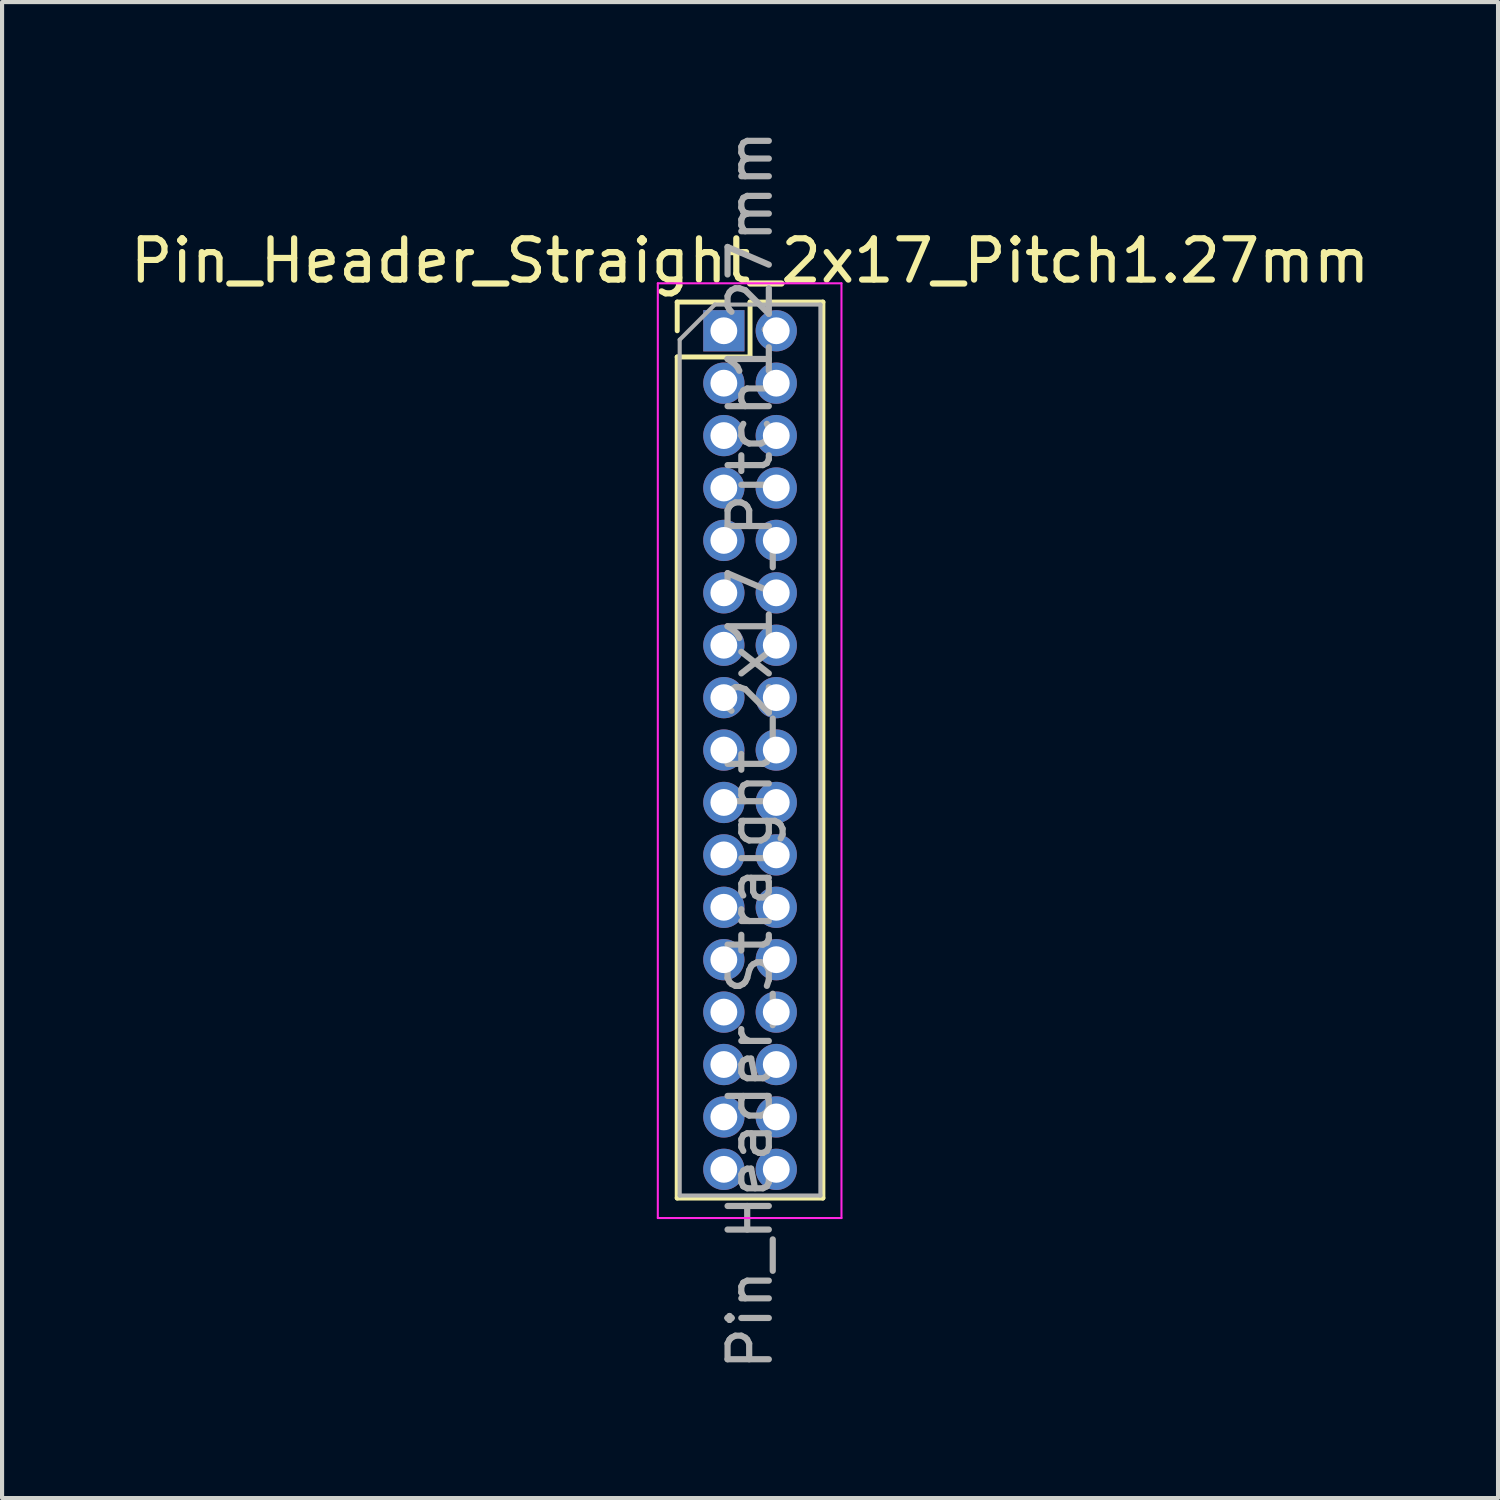
<source format=kicad_pcb>
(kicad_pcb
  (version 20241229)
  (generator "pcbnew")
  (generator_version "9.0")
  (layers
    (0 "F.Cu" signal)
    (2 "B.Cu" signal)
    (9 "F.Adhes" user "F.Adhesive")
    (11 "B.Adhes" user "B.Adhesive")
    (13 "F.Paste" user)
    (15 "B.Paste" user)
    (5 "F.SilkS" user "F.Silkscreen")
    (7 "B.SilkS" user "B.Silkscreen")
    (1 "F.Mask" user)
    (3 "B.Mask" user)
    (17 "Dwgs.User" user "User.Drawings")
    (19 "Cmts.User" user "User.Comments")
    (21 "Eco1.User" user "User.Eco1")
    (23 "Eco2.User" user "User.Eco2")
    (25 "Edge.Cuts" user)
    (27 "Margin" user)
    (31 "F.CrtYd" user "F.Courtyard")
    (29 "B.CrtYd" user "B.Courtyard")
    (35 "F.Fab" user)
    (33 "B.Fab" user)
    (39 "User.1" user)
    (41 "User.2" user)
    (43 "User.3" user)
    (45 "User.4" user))
  (footprint "Pin_Header_Straight_2x17_Pitch1.27mm"
    (layer "F.Cu")
    (at 14.49 4.965)
    (property "Reference" "Pin_Header_Straight_2x17_Pitch1.27mm" (at 0.635 -1.695 0) (layer "F.SilkS") (effects (font (size 1 1) (thickness 0.15))))
    (attr through_hole)
    (fp_line (start -1.13 -0.695) (end 0 -0.695) (stroke (width 0.12) (type solid)) (layer "F.SilkS"))
    (fp_line (start -1.13 0) (end -1.13 -0.695) (stroke (width 0.12) (type solid)) (layer "F.SilkS"))
    (fp_line (start -1.13 0.635) (end -1.13 21.015) (stroke (width 0.12) (type solid)) (layer "F.SilkS"))
    (fp_line (start -1.13 21.015) (end 2.4 21.015) (stroke (width 0.12) (type solid)) (layer "F.SilkS"))
    (fp_line (start 0.635 -0.695) (end 0.635 0.635) (stroke (width 0.12) (type solid)) (layer "F.SilkS"))
    (fp_line (start 0.635 0.635) (end -1.13 0.635) (stroke (width 0.12) (type solid)) (layer "F.SilkS"))
    (fp_line (start 2.4 -0.695) (end 0.635 -0.695) (stroke (width 0.12) (type solid)) (layer "F.SilkS"))
    (fp_line (start 2.4 21.015) (end 2.4 -0.695) (stroke (width 0.12) (type solid)) (layer "F.SilkS"))
    (fp_line (start -1.6 -1.15) (end -1.6 21.5) (stroke (width 0.05) (type solid)) (layer "F.CrtYd"))
    (fp_line (start -1.6 21.5) (end 2.85 21.5) (stroke (width 0.05) (type solid)) (layer "F.CrtYd"))
    (fp_line (start 2.85 -1.15) (end -1.6 -1.15) (stroke (width 0.05) (type solid)) (layer "F.CrtYd"))
    (fp_line (start 2.85 21.5) (end 2.85 -1.15) (stroke (width 0.05) (type solid)) (layer "F.CrtYd"))
    (fp_line (start -1.07 0.217) (end -0.217 -0.635) (stroke (width 0.1) (type solid)) (layer "F.Fab"))
    (fp_line (start -1.07 20.955) (end -1.07 0.217) (stroke (width 0.1) (type solid)) (layer "F.Fab"))
    (fp_line (start -0.217 -0.635) (end 2.34 -0.635) (stroke (width 0.1) (type solid)) (layer "F.Fab"))
    (fp_line (start 2.34 -0.635) (end 2.34 20.955) (stroke (width 0.1) (type solid)) (layer "F.Fab"))
    (fp_line (start 2.34 20.955) (end -1.07 20.955) (stroke (width 0.1) (type solid)) (layer "F.Fab"))
    (fp_text user "${REFERENCE}" (at 0.635 10.16 90) (layer "F.Fab") (effects (font (size 1 1) (thickness 0.15))))
    (pad "1" thru_hole rect (at 0 0) (size 1 1) (drill 0.65) (layers "*.Cu" "*.Mask"))
    (pad "2" thru_hole oval (at 1.27 0) (size 1 1) (drill 0.65) (layers "*.Cu" "*.Mask"))
    (pad "3" thru_hole oval (at 0 1.27) (size 1 1) (drill 0.65) (layers "*.Cu" "*.Mask"))
    (pad "4" thru_hole oval (at 1.27 1.27) (size 1 1) (drill 0.65) (layers "*.Cu" "*.Mask"))
    (pad "5" thru_hole oval (at 0 2.54) (size 1 1) (drill 0.65) (layers "*.Cu" "*.Mask"))
    (pad "6" thru_hole oval (at 1.27 2.54) (size 1 1) (drill 0.65) (layers "*.Cu" "*.Mask"))
    (pad "7" thru_hole oval (at 0 3.81) (size 1 1) (drill 0.65) (layers "*.Cu" "*.Mask"))
    (pad "8" thru_hole oval (at 1.27 3.81) (size 1 1) (drill 0.65) (layers "*.Cu" "*.Mask"))
    (pad "9" thru_hole oval (at 0 5.08) (size 1 1) (drill 0.65) (layers "*.Cu" "*.Mask"))
    (pad "10" thru_hole oval (at 1.27 5.08) (size 1 1) (drill 0.65) (layers "*.Cu" "*.Mask"))
    (pad "11" thru_hole oval (at 0 6.35) (size 1 1) (drill 0.65) (layers "*.Cu" "*.Mask"))
    (pad "12" thru_hole oval (at 1.27 6.35) (size 1 1) (drill 0.65) (layers "*.Cu" "*.Mask"))
    (pad "13" thru_hole oval (at 0 7.62) (size 1 1) (drill 0.65) (layers "*.Cu" "*.Mask"))
    (pad "14" thru_hole oval (at 1.27 7.62) (size 1 1) (drill 0.65) (layers "*.Cu" "*.Mask"))
    (pad "15" thru_hole oval (at 0 8.89) (size 1 1) (drill 0.65) (layers "*.Cu" "*.Mask"))
    (pad "16" thru_hole oval (at 1.27 8.89) (size 1 1) (drill 0.65) (layers "*.Cu" "*.Mask"))
    (pad "17" thru_hole oval (at 0 10.16) (size 1 1) (drill 0.65) (layers "*.Cu" "*.Mask"))
    (pad "18" thru_hole oval (at 1.27 10.16) (size 1 1) (drill 0.65) (layers "*.Cu" "*.Mask"))
    (pad "19" thru_hole oval (at 0 11.43) (size 1 1) (drill 0.65) (layers "*.Cu" "*.Mask"))
    (pad "20" thru_hole oval (at 1.27 11.43) (size 1 1) (drill 0.65) (layers "*.Cu" "*.Mask"))
    (pad "21" thru_hole oval (at 0 12.7) (size 1 1) (drill 0.65) (layers "*.Cu" "*.Mask"))
    (pad "22" thru_hole oval (at 1.27 12.7) (size 1 1) (drill 0.65) (layers "*.Cu" "*.Mask"))
    (pad "23" thru_hole oval (at 0 13.97) (size 1 1) (drill 0.65) (layers "*.Cu" "*.Mask"))
    (pad "24" thru_hole oval (at 1.27 13.97) (size 1 1) (drill 0.65) (layers "*.Cu" "*.Mask"))
    (pad "25" thru_hole oval (at 0 15.24) (size 1 1) (drill 0.65) (layers "*.Cu" "*.Mask"))
    (pad "26" thru_hole oval (at 1.27 15.24) (size 1 1) (drill 0.65) (layers "*.Cu" "*.Mask"))
    (pad "27" thru_hole oval (at 0 16.51) (size 1 1) (drill 0.65) (layers "*.Cu" "*.Mask"))
    (pad "28" thru_hole oval (at 1.27 16.51) (size 1 1) (drill 0.65) (layers "*.Cu" "*.Mask"))
    (pad "29" thru_hole oval (at 0 17.78) (size 1 1) (drill 0.65) (layers "*.Cu" "*.Mask"))
    (pad "30" thru_hole oval (at 1.27 17.78) (size 1 1) (drill 0.65) (layers "*.Cu" "*.Mask"))
    (pad "31" thru_hole oval (at 0 19.05) (size 1 1) (drill 0.65) (layers "*.Cu" "*.Mask"))
    (pad "32" thru_hole oval (at 1.27 19.05) (size 1 1) (drill 0.65) (layers "*.Cu" "*.Mask"))
    (pad "33" thru_hole oval (at 0 20.32) (size 1 1) (drill 0.65) (layers "*.Cu" "*.Mask"))
    (pad "34" thru_hole oval (at 1.27 20.32) (size 1 1) (drill 0.65) (layers "*.Cu" "*.Mask")))
  (gr_rect
    (start -3 -3)
    (end 33.25 33.25)
    (stroke (width 0.1) (type default))
    (fill no)
    (layer "Edge.Cuts")))
</source>
